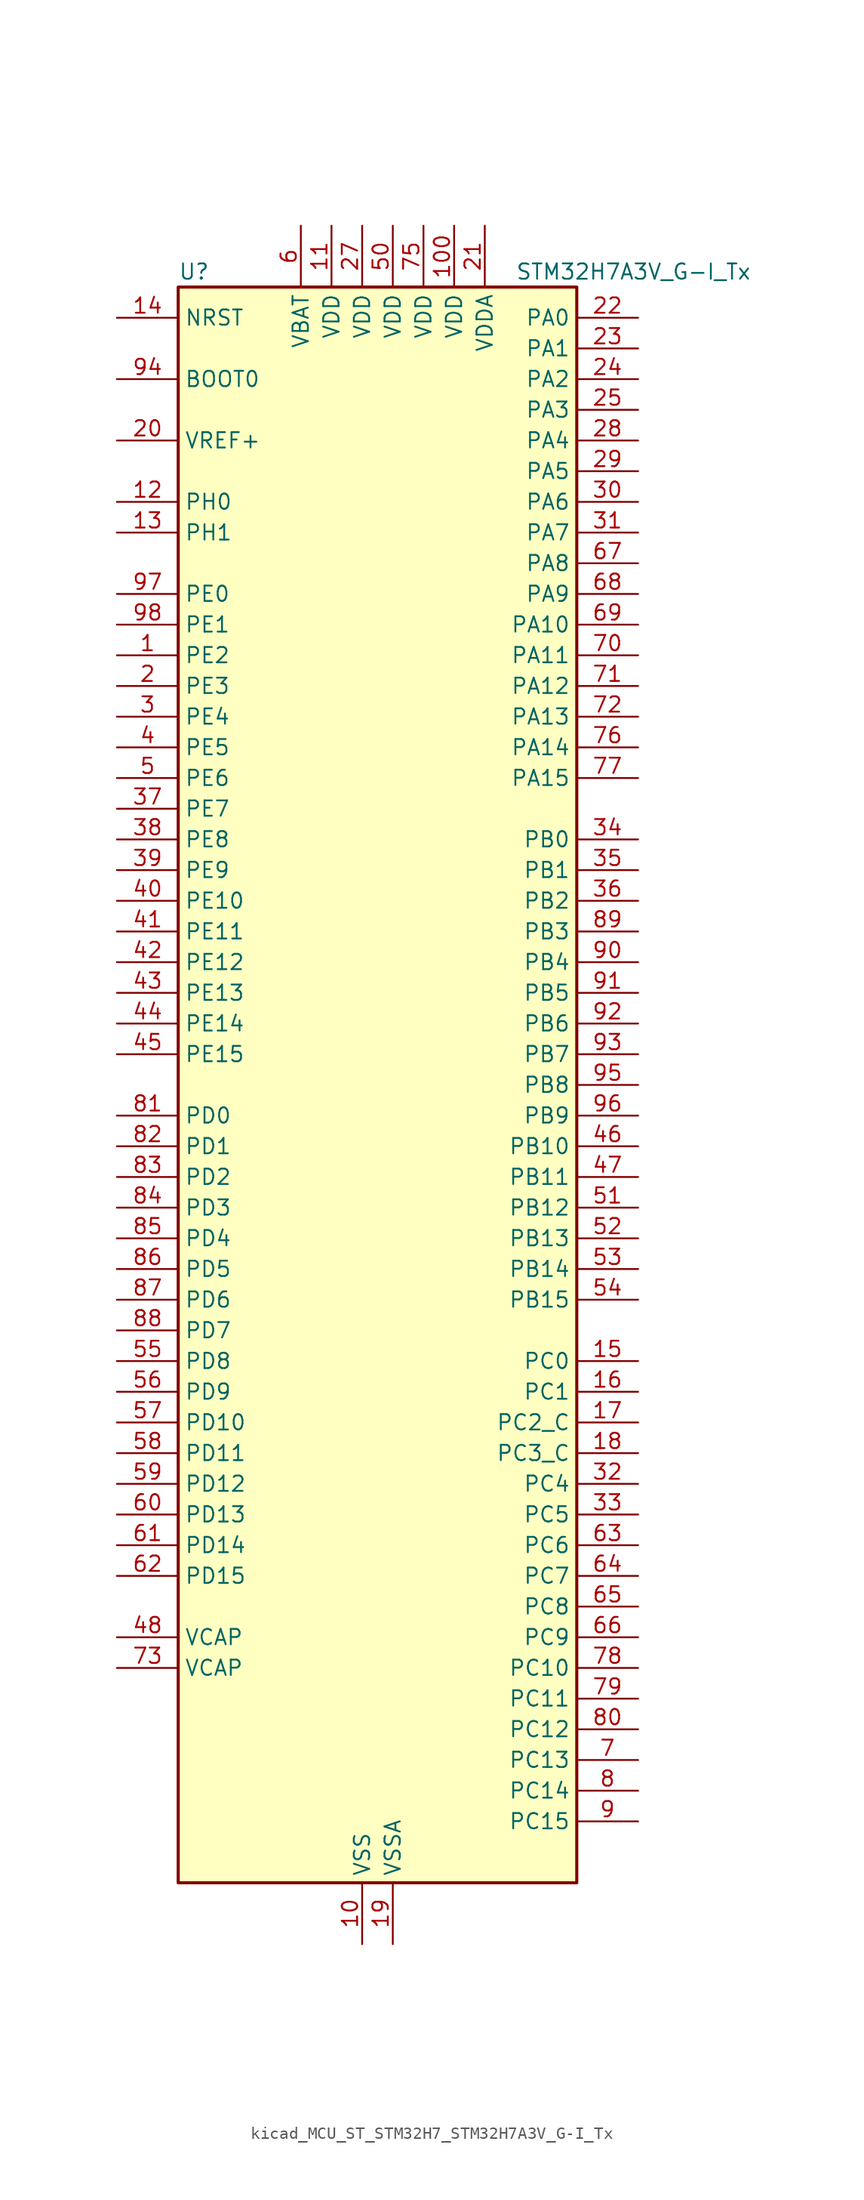
<source format=kicad_sym>
(kicad_symbol_lib
  (version 20220914)
  (generator kicad_symbol_editor)
  (symbol "kicad_MCU_ST_STM32H7_STM32H7A3V_G-I_Tx"
    (property "Reference" "U"
      (at -15.24 67.31 0)
      (effects (font (size 1.27 1.27)) (justify left)))
    (property "Value" "STM32H7A3V_G-I_Tx"
      (at 12.7 67.31 0)
      (effects (font (size 1.27 1.27)) (justify left)))
    (property "ki_locked" ""
      (at 0 0 0)
      (effects (font (size 1.27 1.27))))
    (symbol "kicad_MCU_ST_STM32H7_STM32H7A3V_G-I_Tx_0_1"
      (rectangle (start -15.24 -66.04) (end 17.78 66.04) (stroke (width 0.254) (type default)) (fill (type background))))
    (symbol "kicad_MCU_ST_STM32H7_STM32H7A3V_G-I_Tx_1_1"
      (pin bidirectional line (at -20.32 35.56 0) (length 5.08) (name "PE2" (effects (font (size 1.27 1.27)))) (number "1" (effects (font (size 1.27 1.27)))) (alternate "DEBUG_TRACECLK" bidirectional line) (alternate "FMC_A23" bidirectional line) (alternate "OCTOSPIM_P1_IO2" bidirectional line) (alternate "SAI1_CK1" bidirectional line) (alternate "SAI1_MCLK_A" bidirectional line) (alternate "SPI4_SCK" bidirectional line) (alternate "USART10_RX" bidirectional line))
      (pin power_in line (at 0 -71.12 90) (length 5.08) (name "VSS" (effects (font (size 1.27 1.27)))) (number "10" (effects (font (size 1.27 1.27)))))
      (pin power_in line (at 7.62 71.12 270) (length 5.08) (name "VDD" (effects (font (size 1.27 1.27)))) (number "100" (effects (font (size 1.27 1.27)))))
      (pin power_in line (at -2.54 71.12 270) (length 5.08) (name "VDD" (effects (font (size 1.27 1.27)))) (number "11" (effects (font (size 1.27 1.27)))))
      (pin bidirectional line (at -20.32 48.26 0) (length 5.08) (name "PH0" (effects (font (size 1.27 1.27)))) (number "12" (effects (font (size 1.27 1.27)))) (alternate "RCC_OSC_IN" bidirectional line))
      (pin bidirectional line (at -20.32 45.72 0) (length 5.08) (name "PH1" (effects (font (size 1.27 1.27)))) (number "13" (effects (font (size 1.27 1.27)))) (alternate "RCC_OSC_OUT" bidirectional line))
      (pin input line (at -20.32 63.5 0) (length 5.08) (name "NRST" (effects (font (size 1.27 1.27)))) (number "14" (effects (font (size 1.27 1.27)))))
      (pin bidirectional line (at 22.86 -22.86 180) (length 5.08) (name "PC0" (effects (font (size 1.27 1.27)))) (number "15" (effects (font (size 1.27 1.27)))) (alternate "ADC1_INP10" bidirectional line) (alternate "ADC2_INP10" bidirectional line) (alternate "DFSDM1_CKIN0" bidirectional line) (alternate "DFSDM1_DATIN4" bidirectional line) (alternate "FMC_A25" bidirectional line) (alternate "FMC_SDNWE" bidirectional line) (alternate "LTDC_G2" bidirectional line) (alternate "LTDC_R5" bidirectional line) (alternate "SAI2_FS_B" bidirectional line) (alternate "USB_OTG_HS_ULPI_STP" bidirectional line))
      (pin bidirectional line (at 22.86 -25.4 180) (length 5.08) (name "PC1" (effects (font (size 1.27 1.27)))) (number "16" (effects (font (size 1.27 1.27)))) (alternate "ADC1_INN10" bidirectional line) (alternate "ADC1_INP11" bidirectional line) (alternate "ADC2_INN10" bidirectional line) (alternate "ADC2_INP11" bidirectional line) (alternate "DEBUG_TRACED0" bidirectional line) (alternate "DFSDM1_CKIN4" bidirectional line) (alternate "DFSDM1_DATIN0" bidirectional line) (alternate "I2S2_SDO" bidirectional line) (alternate "LTDC_G5" bidirectional line) (alternate "MDIOS_MDC" bidirectional line) (alternate "OCTOSPIM_P1_IO4" bidirectional line) (alternate "PWR_WKUP6" bidirectional line) (alternate "RTC_TAMP3" bidirectional line) (alternate "SAI1_D1" bidirectional line) (alternate "SAI1_SD_A" bidirectional line) (alternate "SDMMC2_CK" bidirectional line) (alternate "SPI2_MOSI" bidirectional line))
      (pin bidirectional line (at 22.86 -27.94 180) (length 5.08) (name "PC2_C" (effects (font (size 1.27 1.27)))) (number "17" (effects (font (size 1.27 1.27)))) (alternate "ADC2_INN1" bidirectional line) (alternate "ADC2_INP0" bidirectional line) (alternate "DFSDM1_CKIN1" bidirectional line) (alternate "DFSDM1_CKOUT" bidirectional line) (alternate "FMC_SDNE0" bidirectional line) (alternate "I2S2_SDI" bidirectional line) (alternate "OCTOSPIM_P1_IO2" bidirectional line) (alternate "OCTOSPIM_P1_IO5" bidirectional line) (alternate "PWR_CSTOP" bidirectional line) (alternate "SPI2_MISO" bidirectional line) (alternate "USB_OTG_HS_ULPI_DIR" bidirectional line))
      (pin bidirectional line (at 22.86 -30.48 180) (length 5.08) (name "PC3_C" (effects (font (size 1.27 1.27)))) (number "18" (effects (font (size 1.27 1.27)))) (alternate "ADC2_INP1" bidirectional line) (alternate "DFSDM1_DATIN1" bidirectional line) (alternate "FMC_SDCKE0" bidirectional line) (alternate "I2S2_SDO" bidirectional line) (alternate "OCTOSPIM_P1_IO0" bidirectional line) (alternate "OCTOSPIM_P1_IO6" bidirectional line) (alternate "PWR_CSLEEP" bidirectional line) (alternate "SPI2_MOSI" bidirectional line) (alternate "USB_OTG_HS_ULPI_NXT" bidirectional line))
      (pin power_in line (at 2.54 -71.12 90) (length 5.08) (name "VSSA" (effects (font (size 1.27 1.27)))) (number "19" (effects (font (size 1.27 1.27)))))
      (pin bidirectional line (at -20.32 33.02 0) (length 5.08) (name "PE3" (effects (font (size 1.27 1.27)))) (number "2" (effects (font (size 1.27 1.27)))) (alternate "DEBUG_TRACED0" bidirectional line) (alternate "FMC_A19" bidirectional line) (alternate "SAI1_SD_B" bidirectional line) (alternate "TIM15_BKIN" bidirectional line) (alternate "USART10_TX" bidirectional line))
      (pin input line (at -20.32 53.34 0) (length 5.08) (name "VREF+" (effects (font (size 1.27 1.27)))) (number "20" (effects (font (size 1.27 1.27)))) (alternate "VREFBUF_OUT" bidirectional line))
      (pin power_in line (at 10.16 71.12 270) (length 5.08) (name "VDDA" (effects (font (size 1.27 1.27)))) (number "21" (effects (font (size 1.27 1.27)))))
      (pin bidirectional line (at 22.86 63.5 180) (length 5.08) (name "PA0" (effects (font (size 1.27 1.27)))) (number "22" (effects (font (size 1.27 1.27)))) (alternate "ADC1_INP16" bidirectional line) (alternate "I2S6_WS" bidirectional line) (alternate "PWR_WKUP1" bidirectional line) (alternate "SAI2_SD_B" bidirectional line) (alternate "SDMMC2_CMD" bidirectional line) (alternate "SPI6_NSS" bidirectional line) (alternate "TIM15_BKIN" bidirectional line) (alternate "TIM2_CH1" bidirectional line) (alternate "TIM2_ETR" bidirectional line) (alternate "TIM5_CH1" bidirectional line) (alternate "TIM8_ETR" bidirectional line) (alternate "UART4_TX" bidirectional line) (alternate "USART2_CTS" bidirectional line) (alternate "USART2_NSS" bidirectional line))
      (pin bidirectional line (at 22.86 60.96 180) (length 5.08) (name "PA1" (effects (font (size 1.27 1.27)))) (number "23" (effects (font (size 1.27 1.27)))) (alternate "ADC1_INN16" bidirectional line) (alternate "ADC1_INP17" bidirectional line) (alternate "LPTIM3_OUT" bidirectional line) (alternate "LTDC_R2" bidirectional line) (alternate "OCTOSPIM_P1_DQS" bidirectional line) (alternate "OCTOSPIM_P1_IO3" bidirectional line) (alternate "SAI2_MCLK_B" bidirectional line) (alternate "TIM15_CH1N" bidirectional line) (alternate "TIM2_CH2" bidirectional line) (alternate "TIM5_CH2" bidirectional line) (alternate "UART4_RX" bidirectional line) (alternate "USART2_DE" bidirectional line) (alternate "USART2_RTS" bidirectional line))
      (pin bidirectional line (at 22.86 58.42 180) (length 5.08) (name "PA2" (effects (font (size 1.27 1.27)))) (number "24" (effects (font (size 1.27 1.27)))) (alternate "ADC1_INP14" bidirectional line) (alternate "DFSDM2_CKIN1" bidirectional line) (alternate "LTDC_R1" bidirectional line) (alternate "MDIOS_MDIO" bidirectional line) (alternate "PWR_WKUP2" bidirectional line) (alternate "SAI2_SCK_B" bidirectional line) (alternate "TIM15_CH1" bidirectional line) (alternate "TIM2_CH3" bidirectional line) (alternate "TIM5_CH3" bidirectional line) (alternate "USART2_TX" bidirectional line))
      (pin bidirectional line (at 22.86 55.88 180) (length 5.08) (name "PA3" (effects (font (size 1.27 1.27)))) (number "25" (effects (font (size 1.27 1.27)))) (alternate "ADC1_INP15" bidirectional line) (alternate "I2S6_MCK" bidirectional line) (alternate "LTDC_B2" bidirectional line) (alternate "LTDC_B5" bidirectional line) (alternate "OCTOSPIM_P1_CLK" bidirectional line) (alternate "TIM15_CH2" bidirectional line) (alternate "TIM2_CH4" bidirectional line) (alternate "TIM5_CH4" bidirectional line) (alternate "USART2_RX" bidirectional line) (alternate "USB_OTG_HS_ULPI_D0" bidirectional line))
      (pin passive line (at 0 -71.12 90) (length 5.08) hide (name "VSS" (effects (font (size 1.27 1.27)))) (number "26" (effects (font (size 1.27 1.27)))))
      (pin power_in line (at 0 71.12 270) (length 5.08) (name "VDD" (effects (font (size 1.27 1.27)))) (number "27" (effects (font (size 1.27 1.27)))))
      (pin bidirectional line (at 22.86 53.34 180) (length 5.08) (name "PA4" (effects (font (size 1.27 1.27)))) (number "28" (effects (font (size 1.27 1.27)))) (alternate "ADC1_INP18" bidirectional line) (alternate "DAC1_OUT1" bidirectional line) (alternate "DCMI_HSYNC" bidirectional line) (alternate "I2S1_WS" bidirectional line) (alternate "I2S3_WS" bidirectional line) (alternate "I2S6_WS" bidirectional line) (alternate "LTDC_VSYNC" bidirectional line) (alternate "PSSI_DE" bidirectional line) (alternate "SPI1_NSS" bidirectional line) (alternate "SPI3_NSS" bidirectional line) (alternate "SPI6_NSS" bidirectional line) (alternate "TIM5_ETR" bidirectional line) (alternate "USART2_CK" bidirectional line))
      (pin bidirectional line (at 22.86 50.8 180) (length 5.08) (name "PA5" (effects (font (size 1.27 1.27)))) (number "29" (effects (font (size 1.27 1.27)))) (alternate "ADC1_INN18" bidirectional line) (alternate "ADC1_INP19" bidirectional line) (alternate "DAC1_OUT2" bidirectional line) (alternate "I2S1_CK" bidirectional line) (alternate "I2S6_CK" bidirectional line) (alternate "LTDC_R4" bidirectional line) (alternate "PSSI_D14" bidirectional line) (alternate "PWR_NDSTOP2" bidirectional line) (alternate "SPI1_SCK" bidirectional line) (alternate "SPI6_SCK" bidirectional line) (alternate "TIM2_CH1" bidirectional line) (alternate "TIM2_ETR" bidirectional line) (alternate "TIM8_CH1N" bidirectional line) (alternate "USB_OTG_HS_ULPI_CK" bidirectional line))
      (pin bidirectional line (at -20.32 30.48 0) (length 5.08) (name "PE4" (effects (font (size 1.27 1.27)))) (number "3" (effects (font (size 1.27 1.27)))) (alternate "DCMI_D4" bidirectional line) (alternate "DEBUG_TRACED1" bidirectional line) (alternate "DFSDM1_DATIN3" bidirectional line) (alternate "FMC_A20" bidirectional line) (alternate "LTDC_B0" bidirectional line) (alternate "PSSI_D4" bidirectional line) (alternate "SAI1_D2" bidirectional line) (alternate "SAI1_FS_A" bidirectional line) (alternate "SPI4_NSS" bidirectional line) (alternate "TIM15_CH1N" bidirectional line))
      (pin bidirectional line (at 22.86 48.26 180) (length 5.08) (name "PA6" (effects (font (size 1.27 1.27)))) (number "30" (effects (font (size 1.27 1.27)))) (alternate "ADC1_INP3" bidirectional line) (alternate "ADC2_INP3" bidirectional line) (alternate "DAC2_OUT1" bidirectional line) (alternate "DCMI_PIXCLK" bidirectional line) (alternate "I2S1_SDI" bidirectional line) (alternate "I2S6_SDI" bidirectional line) (alternate "LTDC_G2" bidirectional line) (alternate "MDIOS_MDC" bidirectional line) (alternate "OCTOSPIM_P1_IO3" bidirectional line) (alternate "PSSI_PDCK" bidirectional line) (alternate "SPI1_MISO" bidirectional line) (alternate "SPI6_MISO" bidirectional line) (alternate "TIM13_CH1" bidirectional line) (alternate "TIM1_BKIN" bidirectional line) (alternate "TIM1_BKIN_COMP1" bidirectional line) (alternate "TIM1_BKIN_COMP2" bidirectional line) (alternate "TIM3_CH1" bidirectional line) (alternate "TIM8_BKIN" bidirectional line) (alternate "TIM8_BKIN_COMP1" bidirectional line) (alternate "TIM8_BKIN_COMP2" bidirectional line))
      (pin bidirectional line (at 22.86 45.72 180) (length 5.08) (name "PA7" (effects (font (size 1.27 1.27)))) (number "31" (effects (font (size 1.27 1.27)))) (alternate "ADC1_INN3" bidirectional line) (alternate "ADC1_INP7" bidirectional line) (alternate "ADC2_INN3" bidirectional line) (alternate "ADC2_INP7" bidirectional line) (alternate "DFSDM2_DATIN1" bidirectional line) (alternate "FMC_SDNWE" bidirectional line) (alternate "I2S1_SDO" bidirectional line) (alternate "I2S6_SDO" bidirectional line) (alternate "LTDC_VSYNC" bidirectional line) (alternate "OCTOSPIM_P1_IO2" bidirectional line) (alternate "OPAMP1_VINM" bidirectional line) (alternate "SPI1_MOSI" bidirectional line) (alternate "SPI6_MOSI" bidirectional line) (alternate "TIM14_CH1" bidirectional line) (alternate "TIM1_CH1N" bidirectional line) (alternate "TIM3_CH2" bidirectional line) (alternate "TIM8_CH1N" bidirectional line))
      (pin bidirectional line (at 22.86 -33.02 180) (length 5.08) (name "PC4" (effects (font (size 1.27 1.27)))) (number "32" (effects (font (size 1.27 1.27)))) (alternate "ADC1_INP4" bidirectional line) (alternate "ADC2_INP4" bidirectional line) (alternate "COMP1_INM" bidirectional line) (alternate "DFSDM1_CKIN2" bidirectional line) (alternate "FMC_SDNE0" bidirectional line) (alternate "I2S1_MCK" bidirectional line) (alternate "LTDC_R7" bidirectional line) (alternate "OPAMP1_VOUT" bidirectional line) (alternate "SPDIFRX_IN2" bidirectional line))
      (pin bidirectional line (at 22.86 -35.56 180) (length 5.08) (name "PC5" (effects (font (size 1.27 1.27)))) (number "33" (effects (font (size 1.27 1.27)))) (alternate "ADC1_INN4" bidirectional line) (alternate "ADC1_INP8" bidirectional line) (alternate "ADC2_INN4" bidirectional line) (alternate "ADC2_INP8" bidirectional line) (alternate "COMP1_OUT" bidirectional line) (alternate "DFSDM1_DATIN2" bidirectional line) (alternate "FMC_SDCKE0" bidirectional line) (alternate "LTDC_DE" bidirectional line) (alternate "OCTOSPIM_P1_DQS" bidirectional line) (alternate "OPAMP1_VINM" bidirectional line) (alternate "PSSI_D15" bidirectional line) (alternate "SAI1_D3" bidirectional line) (alternate "SPDIFRX_IN3" bidirectional line))
      (pin bidirectional line (at 22.86 20.32 180) (length 5.08) (name "PB0" (effects (font (size 1.27 1.27)))) (number "34" (effects (font (size 1.27 1.27)))) (alternate "ADC1_INN5" bidirectional line) (alternate "ADC1_INP9" bidirectional line) (alternate "ADC2_INN5" bidirectional line) (alternate "ADC2_INP9" bidirectional line) (alternate "COMP1_INP" bidirectional line) (alternate "DFSDM1_CKOUT" bidirectional line) (alternate "DFSDM2_CKOUT" bidirectional line) (alternate "LTDC_G1" bidirectional line) (alternate "LTDC_R3" bidirectional line) (alternate "OCTOSPIM_P1_IO1" bidirectional line) (alternate "OPAMP1_VINP" bidirectional line) (alternate "TIM1_CH2N" bidirectional line) (alternate "TIM3_CH3" bidirectional line) (alternate "TIM8_CH2N" bidirectional line) (alternate "UART4_CTS" bidirectional line) (alternate "USB_OTG_HS_ULPI_D1" bidirectional line))
      (pin bidirectional line (at 22.86 17.78 180) (length 5.08) (name "PB1" (effects (font (size 1.27 1.27)))) (number "35" (effects (font (size 1.27 1.27)))) (alternate "ADC1_INP5" bidirectional line) (alternate "ADC2_INP5" bidirectional line) (alternate "COMP1_INM" bidirectional line) (alternate "DFSDM1_DATIN1" bidirectional line) (alternate "LTDC_G0" bidirectional line) (alternate "LTDC_R6" bidirectional line) (alternate "OCTOSPIM_P1_IO0" bidirectional line) (alternate "TIM1_CH3N" bidirectional line) (alternate "TIM3_CH4" bidirectional line) (alternate "TIM8_CH3N" bidirectional line) (alternate "USB_OTG_HS_ULPI_D2" bidirectional line))
      (pin bidirectional line (at 22.86 15.24 180) (length 5.08) (name "PB2" (effects (font (size 1.27 1.27)))) (number "36" (effects (font (size 1.27 1.27)))) (alternate "COMP1_INP" bidirectional line) (alternate "DFSDM1_CKIN1" bidirectional line) (alternate "I2S3_SDO" bidirectional line) (alternate "OCTOSPIM_P1_CLK" bidirectional line) (alternate "OCTOSPIM_P1_DQS" bidirectional line) (alternate "RTC_OUT_ALARM" bidirectional line) (alternate "RTC_OUT_CALIB" bidirectional line) (alternate "SAI1_D1" bidirectional line) (alternate "SAI1_SD_A" bidirectional line) (alternate "SPI3_MOSI" bidirectional line))
      (pin bidirectional line (at -20.32 22.86 0) (length 5.08) (name "PE7" (effects (font (size 1.27 1.27)))) (number "37" (effects (font (size 1.27 1.27)))) (alternate "COMP2_INM" bidirectional line) (alternate "DFSDM1_DATIN2" bidirectional line) (alternate "FMC_D4" bidirectional line) (alternate "FMC_DA4" bidirectional line) (alternate "OCTOSPIM_P1_IO4" bidirectional line) (alternate "OPAMP2_VOUT" bidirectional line) (alternate "TIM1_ETR" bidirectional line) (alternate "UART7_RX" bidirectional line))
      (pin bidirectional line (at -20.32 20.32 0) (length 5.08) (name "PE8" (effects (font (size 1.27 1.27)))) (number "38" (effects (font (size 1.27 1.27)))) (alternate "COMP2_OUT" bidirectional line) (alternate "DFSDM1_CKIN2" bidirectional line) (alternate "FMC_D5" bidirectional line) (alternate "FMC_DA5" bidirectional line) (alternate "OCTOSPIM_P1_IO5" bidirectional line) (alternate "OPAMP2_VINM" bidirectional line) (alternate "TIM1_CH1N" bidirectional line) (alternate "UART7_TX" bidirectional line))
      (pin bidirectional line (at -20.32 17.78 0) (length 5.08) (name "PE9" (effects (font (size 1.27 1.27)))) (number "39" (effects (font (size 1.27 1.27)))) (alternate "COMP2_INP" bidirectional line) (alternate "DAC1_EXTI9" bidirectional line) (alternate "DFSDM1_CKOUT" bidirectional line) (alternate "FMC_D6" bidirectional line) (alternate "FMC_DA6" bidirectional line) (alternate "OCTOSPIM_P1_IO6" bidirectional line) (alternate "OPAMP2_VINP" bidirectional line) (alternate "TIM1_CH1" bidirectional line) (alternate "UART7_DE" bidirectional line) (alternate "UART7_RTS" bidirectional line))
      (pin bidirectional line (at -20.32 27.94 0) (length 5.08) (name "PE5" (effects (font (size 1.27 1.27)))) (number "4" (effects (font (size 1.27 1.27)))) (alternate "DCMI_D6" bidirectional line) (alternate "DEBUG_TRACED2" bidirectional line) (alternate "DFSDM1_CKIN3" bidirectional line) (alternate "FMC_A21" bidirectional line) (alternate "LTDC_G0" bidirectional line) (alternate "PSSI_D6" bidirectional line) (alternate "SAI1_CK2" bidirectional line) (alternate "SAI1_SCK_A" bidirectional line) (alternate "SPI4_MISO" bidirectional line) (alternate "TIM15_CH1" bidirectional line))
      (pin bidirectional line (at -20.32 15.24 0) (length 5.08) (name "PE10" (effects (font (size 1.27 1.27)))) (number "40" (effects (font (size 1.27 1.27)))) (alternate "COMP2_INM" bidirectional line) (alternate "DFSDM1_DATIN4" bidirectional line) (alternate "FMC_D7" bidirectional line) (alternate "FMC_DA7" bidirectional line) (alternate "OCTOSPIM_P1_IO7" bidirectional line) (alternate "TIM1_CH2N" bidirectional line) (alternate "UART7_CTS" bidirectional line))
      (pin bidirectional line (at -20.32 12.7 0) (length 5.08) (name "PE11" (effects (font (size 1.27 1.27)))) (number "41" (effects (font (size 1.27 1.27)))) (alternate "ADC1_EXTI11" bidirectional line) (alternate "ADC2_EXTI11" bidirectional line) (alternate "COMP2_INP" bidirectional line) (alternate "DFSDM1_CKIN4" bidirectional line) (alternate "FMC_D8" bidirectional line) (alternate "FMC_DA8" bidirectional line) (alternate "LTDC_G3" bidirectional line) (alternate "OCTOSPIM_P1_NCS" bidirectional line) (alternate "SAI2_SD_B" bidirectional line) (alternate "SPI4_NSS" bidirectional line) (alternate "TIM1_CH2" bidirectional line))
      (pin bidirectional line (at -20.32 10.16 0) (length 5.08) (name "PE12" (effects (font (size 1.27 1.27)))) (number "42" (effects (font (size 1.27 1.27)))) (alternate "COMP1_OUT" bidirectional line) (alternate "DFSDM1_DATIN5" bidirectional line) (alternate "FMC_D9" bidirectional line) (alternate "FMC_DA9" bidirectional line) (alternate "LTDC_B4" bidirectional line) (alternate "SAI2_SCK_B" bidirectional line) (alternate "SPI4_SCK" bidirectional line) (alternate "TIM1_CH3N" bidirectional line))
      (pin bidirectional line (at -20.32 7.62 0) (length 5.08) (name "PE13" (effects (font (size 1.27 1.27)))) (number "43" (effects (font (size 1.27 1.27)))) (alternate "COMP2_OUT" bidirectional line) (alternate "DFSDM1_CKIN5" bidirectional line) (alternate "FMC_D10" bidirectional line) (alternate "FMC_DA10" bidirectional line) (alternate "LTDC_DE" bidirectional line) (alternate "SAI2_FS_B" bidirectional line) (alternate "SPI4_MISO" bidirectional line) (alternate "TIM1_CH3" bidirectional line))
      (pin bidirectional line (at -20.32 5.08 0) (length 5.08) (name "PE14" (effects (font (size 1.27 1.27)))) (number "44" (effects (font (size 1.27 1.27)))) (alternate "FMC_D11" bidirectional line) (alternate "FMC_DA11" bidirectional line) (alternate "LTDC_CLK" bidirectional line) (alternate "SAI2_MCLK_B" bidirectional line) (alternate "SPI4_MOSI" bidirectional line) (alternate "TIM1_CH4" bidirectional line))
      (pin bidirectional line (at -20.32 2.54 0) (length 5.08) (name "PE15" (effects (font (size 1.27 1.27)))) (number "45" (effects (font (size 1.27 1.27)))) (alternate "ADC1_EXTI15" bidirectional line) (alternate "ADC2_EXTI15" bidirectional line) (alternate "FMC_D12" bidirectional line) (alternate "FMC_DA12" bidirectional line) (alternate "LTDC_R7" bidirectional line) (alternate "TIM1_BKIN" bidirectional line) (alternate "TIM1_BKIN_COMP1" bidirectional line) (alternate "TIM1_BKIN_COMP2" bidirectional line) (alternate "USART10_CK" bidirectional line))
      (pin bidirectional line (at 22.86 -5.08 180) (length 5.08) (name "PB10" (effects (font (size 1.27 1.27)))) (number "46" (effects (font (size 1.27 1.27)))) (alternate "DFSDM1_DATIN7" bidirectional line) (alternate "I2C2_SCL" bidirectional line) (alternate "I2S2_CK" bidirectional line) (alternate "LPTIM2_IN1" bidirectional line) (alternate "LTDC_G4" bidirectional line) (alternate "OCTOSPIM_P1_NCS" bidirectional line) (alternate "SPI2_SCK" bidirectional line) (alternate "TIM2_CH3" bidirectional line) (alternate "USART3_TX" bidirectional line) (alternate "USB_OTG_HS_ULPI_D3" bidirectional line))
      (pin bidirectional line (at 22.86 -7.62 180) (length 5.08) (name "PB11" (effects (font (size 1.27 1.27)))) (number "47" (effects (font (size 1.27 1.27)))) (alternate "ADC1_EXTI11" bidirectional line) (alternate "ADC2_EXTI11" bidirectional line) (alternate "DFSDM1_CKIN7" bidirectional line) (alternate "I2C2_SDA" bidirectional line) (alternate "LPTIM2_ETR" bidirectional line) (alternate "LTDC_G5" bidirectional line) (alternate "TIM2_CH4" bidirectional line) (alternate "USART3_RX" bidirectional line) (alternate "USB_OTG_HS_ULPI_D4" bidirectional line))
      (pin power_out line (at -20.32 -45.72 0) (length 5.08) (name "VCAP" (effects (font (size 1.27 1.27)))) (number "48" (effects (font (size 1.27 1.27)))))
      (pin passive line (at 0 -71.12 90) (length 5.08) hide (name "VSS" (effects (font (size 1.27 1.27)))) (number "49" (effects (font (size 1.27 1.27)))))
      (pin bidirectional line (at -20.32 25.4 0) (length 5.08) (name "PE6" (effects (font (size 1.27 1.27)))) (number "5" (effects (font (size 1.27 1.27)))) (alternate "DCMI_D7" bidirectional line) (alternate "DEBUG_TRACED3" bidirectional line) (alternate "FMC_A22" bidirectional line) (alternate "LTDC_G1" bidirectional line) (alternate "PSSI_D7" bidirectional line) (alternate "SAI1_D1" bidirectional line) (alternate "SAI1_SD_A" bidirectional line) (alternate "SAI2_MCLK_B" bidirectional line) (alternate "SPI4_MOSI" bidirectional line) (alternate "TIM15_CH2" bidirectional line) (alternate "TIM1_BKIN2" bidirectional line) (alternate "TIM1_BKIN2_COMP1" bidirectional line) (alternate "TIM1_BKIN2_COMP2" bidirectional line))
      (pin power_in line (at 2.54 71.12 270) (length 5.08) (name "VDD" (effects (font (size 1.27 1.27)))) (number "50" (effects (font (size 1.27 1.27)))))
      (pin bidirectional line (at 22.86 -10.16 180) (length 5.08) (name "PB12" (effects (font (size 1.27 1.27)))) (number "51" (effects (font (size 1.27 1.27)))) (alternate "DFSDM1_DATIN1" bidirectional line) (alternate "DFSDM2_DATIN1" bidirectional line) (alternate "FDCAN2_RX" bidirectional line) (alternate "I2C2_SMBA" bidirectional line) (alternate "I2S2_WS" bidirectional line) (alternate "OCTOSPIM_P1_NCLK" bidirectional line) (alternate "SPI2_NSS" bidirectional line) (alternate "TIM1_BKIN" bidirectional line) (alternate "TIM1_BKIN_COMP1" bidirectional line) (alternate "TIM1_BKIN_COMP2" bidirectional line) (alternate "UART5_RX" bidirectional line) (alternate "USART3_CK" bidirectional line) (alternate "USB_OTG_HS_ULPI_D5" bidirectional line))
      (pin bidirectional line (at 22.86 -12.7 180) (length 5.08) (name "PB13" (effects (font (size 1.27 1.27)))) (number "52" (effects (font (size 1.27 1.27)))) (alternate "DCMI_D2" bidirectional line) (alternate "DFSDM1_CKIN1" bidirectional line) (alternate "DFSDM2_CKIN1" bidirectional line) (alternate "FDCAN2_TX" bidirectional line) (alternate "I2S2_CK" bidirectional line) (alternate "LPTIM2_OUT" bidirectional line) (alternate "PSSI_D2" bidirectional line) (alternate "SDMMC1_D0" bidirectional line) (alternate "SPI2_SCK" bidirectional line) (alternate "TIM1_CH1N" bidirectional line) (alternate "UART5_TX" bidirectional line) (alternate "USART3_CTS" bidirectional line) (alternate "USART3_NSS" bidirectional line) (alternate "USB_OTG_HS_ULPI_D6" bidirectional line))
      (pin bidirectional line (at 22.86 -15.24 180) (length 5.08) (name "PB14" (effects (font (size 1.27 1.27)))) (number "53" (effects (font (size 1.27 1.27)))) (alternate "DFSDM1_DATIN2" bidirectional line) (alternate "I2S2_SDI" bidirectional line) (alternate "LTDC_CLK" bidirectional line) (alternate "SDMMC2_D0" bidirectional line) (alternate "SPI2_MISO" bidirectional line) (alternate "TIM12_CH1" bidirectional line) (alternate "TIM1_CH2N" bidirectional line) (alternate "TIM8_CH2N" bidirectional line) (alternate "UART4_DE" bidirectional line) (alternate "UART4_RTS" bidirectional line) (alternate "USART1_TX" bidirectional line) (alternate "USART3_DE" bidirectional line) (alternate "USART3_RTS" bidirectional line))
      (pin bidirectional line (at 22.86 -17.78 180) (length 5.08) (name "PB15" (effects (font (size 1.27 1.27)))) (number "54" (effects (font (size 1.27 1.27)))) (alternate "ADC1_EXTI15" bidirectional line) (alternate "ADC2_EXTI15" bidirectional line) (alternate "DFSDM1_CKIN2" bidirectional line) (alternate "I2S2_SDO" bidirectional line) (alternate "LTDC_G7" bidirectional line) (alternate "RTC_REFIN" bidirectional line) (alternate "SDMMC2_D1" bidirectional line) (alternate "SPI2_MOSI" bidirectional line) (alternate "TIM12_CH2" bidirectional line) (alternate "TIM1_CH3N" bidirectional line) (alternate "TIM8_CH3N" bidirectional line) (alternate "UART4_CTS" bidirectional line) (alternate "USART1_RX" bidirectional line))
      (pin bidirectional line (at -20.32 -22.86 0) (length 5.08) (name "PD8" (effects (font (size 1.27 1.27)))) (number "55" (effects (font (size 1.27 1.27)))) (alternate "DFSDM1_CKIN3" bidirectional line) (alternate "FMC_D13" bidirectional line) (alternate "FMC_DA13" bidirectional line) (alternate "SPDIFRX_IN1" bidirectional line) (alternate "USART3_TX" bidirectional line))
      (pin bidirectional line (at -20.32 -25.4 0) (length 5.08) (name "PD9" (effects (font (size 1.27 1.27)))) (number "56" (effects (font (size 1.27 1.27)))) (alternate "DAC1_EXTI9" bidirectional line) (alternate "DFSDM1_DATIN3" bidirectional line) (alternate "FMC_D14" bidirectional line) (alternate "FMC_DA14" bidirectional line) (alternate "USART3_RX" bidirectional line))
      (pin bidirectional line (at -20.32 -27.94 0) (length 5.08) (name "PD10" (effects (font (size 1.27 1.27)))) (number "57" (effects (font (size 1.27 1.27)))) (alternate "DFSDM1_CKOUT" bidirectional line) (alternate "DFSDM2_CKOUT" bidirectional line) (alternate "FMC_D15" bidirectional line) (alternate "FMC_DA15" bidirectional line) (alternate "LTDC_B3" bidirectional line) (alternate "USART3_CK" bidirectional line))
      (pin bidirectional line (at -20.32 -30.48 0) (length 5.08) (name "PD11" (effects (font (size 1.27 1.27)))) (number "58" (effects (font (size 1.27 1.27)))) (alternate "ADC1_EXTI11" bidirectional line) (alternate "ADC2_EXTI11" bidirectional line) (alternate "FMC_A16" bidirectional line) (alternate "FMC_CLE" bidirectional line) (alternate "I2C4_SMBA" bidirectional line) (alternate "LPTIM2_IN2" bidirectional line) (alternate "OCTOSPIM_P1_IO0" bidirectional line) (alternate "SAI2_SD_A" bidirectional line) (alternate "USART3_CTS" bidirectional line) (alternate "USART3_NSS" bidirectional line))
      (pin bidirectional line (at -20.32 -33.02 0) (length 5.08) (name "PD12" (effects (font (size 1.27 1.27)))) (number "59" (effects (font (size 1.27 1.27)))) (alternate "DCMI_D12" bidirectional line) (alternate "FMC_A17" bidirectional line) (alternate "FMC_ALE" bidirectional line) (alternate "I2C4_SCL" bidirectional line) (alternate "LPTIM1_IN1" bidirectional line) (alternate "LPTIM2_IN1" bidirectional line) (alternate "OCTOSPIM_P1_IO1" bidirectional line) (alternate "PSSI_D12" bidirectional line) (alternate "SAI2_FS_A" bidirectional line) (alternate "TIM4_CH1" bidirectional line) (alternate "USART3_DE" bidirectional line) (alternate "USART3_RTS" bidirectional line))
      (pin power_in line (at -5.08 71.12 270) (length 5.08) (name "VBAT" (effects (font (size 1.27 1.27)))) (number "6" (effects (font (size 1.27 1.27)))))
      (pin bidirectional line (at -20.32 -35.56 0) (length 5.08) (name "PD13" (effects (font (size 1.27 1.27)))) (number "60" (effects (font (size 1.27 1.27)))) (alternate "DCMI_D13" bidirectional line) (alternate "FMC_A18" bidirectional line) (alternate "I2C4_SDA" bidirectional line) (alternate "LPTIM1_OUT" bidirectional line) (alternate "OCTOSPIM_P1_IO3" bidirectional line) (alternate "PSSI_D13" bidirectional line) (alternate "SAI2_SCK_A" bidirectional line) (alternate "TIM4_CH2" bidirectional line) (alternate "UART9_DE" bidirectional line) (alternate "UART9_RTS" bidirectional line))
      (pin bidirectional line (at -20.32 -38.1 0) (length 5.08) (name "PD14" (effects (font (size 1.27 1.27)))) (number "61" (effects (font (size 1.27 1.27)))) (alternate "FMC_D0" bidirectional line) (alternate "FMC_DA0" bidirectional line) (alternate "TIM4_CH3" bidirectional line) (alternate "UART8_CTS" bidirectional line) (alternate "UART9_RX" bidirectional line))
      (pin bidirectional line (at -20.32 -40.64 0) (length 5.08) (name "PD15" (effects (font (size 1.27 1.27)))) (number "62" (effects (font (size 1.27 1.27)))) (alternate "ADC1_EXTI15" bidirectional line) (alternate "ADC2_EXTI15" bidirectional line) (alternate "FMC_D1" bidirectional line) (alternate "FMC_DA1" bidirectional line) (alternate "TIM4_CH4" bidirectional line) (alternate "UART8_DE" bidirectional line) (alternate "UART8_RTS" bidirectional line) (alternate "UART9_TX" bidirectional line))
      (pin bidirectional line (at 22.86 -38.1 180) (length 5.08) (name "PC6" (effects (font (size 1.27 1.27)))) (number "63" (effects (font (size 1.27 1.27)))) (alternate "DCMI_D0" bidirectional line) (alternate "DFSDM1_CKIN3" bidirectional line) (alternate "FMC_NWAIT" bidirectional line) (alternate "I2S2_MCK" bidirectional line) (alternate "LTDC_HSYNC" bidirectional line) (alternate "PSSI_D0" bidirectional line) (alternate "SDMMC1_D0DIR" bidirectional line) (alternate "SDMMC1_D6" bidirectional line) (alternate "SDMMC2_D6" bidirectional line) (alternate "SWPMI1_IO" bidirectional line) (alternate "TIM3_CH1" bidirectional line) (alternate "TIM8_CH1" bidirectional line) (alternate "USART6_TX" bidirectional line))
      (pin bidirectional line (at 22.86 -40.64 180) (length 5.08) (name "PC7" (effects (font (size 1.27 1.27)))) (number "64" (effects (font (size 1.27 1.27)))) (alternate "DCMI_D1" bidirectional line) (alternate "DEBUG_TRGIO" bidirectional line) (alternate "DFSDM1_DATIN3" bidirectional line) (alternate "FMC_NE1" bidirectional line) (alternate "I2S3_MCK" bidirectional line) (alternate "LTDC_G6" bidirectional line) (alternate "PSSI_D1" bidirectional line) (alternate "SDMMC1_D123DIR" bidirectional line) (alternate "SDMMC1_D7" bidirectional line) (alternate "SDMMC2_D7" bidirectional line) (alternate "SWPMI1_TX" bidirectional line) (alternate "TIM3_CH2" bidirectional line) (alternate "TIM8_CH2" bidirectional line) (alternate "USART6_RX" bidirectional line))
      (pin bidirectional line (at 22.86 -43.18 180) (length 5.08) (name "PC8" (effects (font (size 1.27 1.27)))) (number "65" (effects (font (size 1.27 1.27)))) (alternate "DCMI_D2" bidirectional line) (alternate "DEBUG_TRACED1" bidirectional line) (alternate "FMC_INT" bidirectional line) (alternate "FMC_NCE" bidirectional line) (alternate "FMC_NE2" bidirectional line) (alternate "PSSI_D2" bidirectional line) (alternate "SDMMC1_D0" bidirectional line) (alternate "SWPMI1_RX" bidirectional line) (alternate "TIM3_CH3" bidirectional line) (alternate "TIM8_CH3" bidirectional line) (alternate "UART5_DE" bidirectional line) (alternate "UART5_RTS" bidirectional line) (alternate "USART6_CK" bidirectional line))
      (pin bidirectional line (at 22.86 -45.72 180) (length 5.08) (name "PC9" (effects (font (size 1.27 1.27)))) (number "66" (effects (font (size 1.27 1.27)))) (alternate "DAC1_EXTI9" bidirectional line) (alternate "DCMI_D3" bidirectional line) (alternate "I2C3_SDA" bidirectional line) (alternate "I2S_CKIN" bidirectional line) (alternate "LTDC_B2" bidirectional line) (alternate "LTDC_G3" bidirectional line) (alternate "OCTOSPIM_P1_IO0" bidirectional line) (alternate "PSSI_D3" bidirectional line) (alternate "RCC_MCO_2" bidirectional line) (alternate "SDMMC1_D1" bidirectional line) (alternate "SWPMI1_SUSPEND" bidirectional line) (alternate "TIM3_CH4" bidirectional line) (alternate "TIM8_CH4" bidirectional line) (alternate "UART5_CTS" bidirectional line))
      (pin bidirectional line (at 22.86 43.18 180) (length 5.08) (name "PA8" (effects (font (size 1.27 1.27)))) (number "67" (effects (font (size 1.27 1.27)))) (alternate "I2C3_SCL" bidirectional line) (alternate "LTDC_B3" bidirectional line) (alternate "LTDC_R6" bidirectional line) (alternate "RCC_MCO_1" bidirectional line) (alternate "TIM1_CH1" bidirectional line) (alternate "TIM8_BKIN2" bidirectional line) (alternate "TIM8_BKIN2_COMP1" bidirectional line) (alternate "TIM8_BKIN2_COMP2" bidirectional line) (alternate "UART7_RX" bidirectional line) (alternate "USART1_CK" bidirectional line) (alternate "USB_OTG_HS_SOF" bidirectional line))
      (pin bidirectional line (at 22.86 40.64 180) (length 5.08) (name "PA9" (effects (font (size 1.27 1.27)))) (number "68" (effects (font (size 1.27 1.27)))) (alternate "DAC1_EXTI9" bidirectional line) (alternate "DCMI_D0" bidirectional line) (alternate "I2C3_SMBA" bidirectional line) (alternate "I2S2_CK" bidirectional line) (alternate "LPUART1_TX" bidirectional line) (alternate "LTDC_R5" bidirectional line) (alternate "PSSI_D0" bidirectional line) (alternate "SPI2_SCK" bidirectional line) (alternate "TIM1_CH2" bidirectional line) (alternate "USART1_TX" bidirectional line) (alternate "USB_OTG_HS_VBUS" bidirectional line))
      (pin bidirectional line (at 22.86 38.1 180) (length 5.08) (name "PA10" (effects (font (size 1.27 1.27)))) (number "69" (effects (font (size 1.27 1.27)))) (alternate "DCMI_D1" bidirectional line) (alternate "LPUART1_RX" bidirectional line) (alternate "LTDC_B1" bidirectional line) (alternate "LTDC_B4" bidirectional line) (alternate "MDIOS_MDIO" bidirectional line) (alternate "PSSI_D1" bidirectional line) (alternate "TIM1_CH3" bidirectional line) (alternate "USART1_RX" bidirectional line) (alternate "USB_OTG_HS_ID" bidirectional line))
      (pin bidirectional line (at 22.86 -55.88 180) (length 5.08) (name "PC13" (effects (font (size 1.27 1.27)))) (number "7" (effects (font (size 1.27 1.27)))) (alternate "PWR_WKUP4" bidirectional line) (alternate "RTC_OUT_ALARM" bidirectional line) (alternate "RTC_OUT_CALIB" bidirectional line) (alternate "RTC_TAMP1" bidirectional line) (alternate "RTC_TS" bidirectional line))
      (pin bidirectional line (at 22.86 35.56 180) (length 5.08) (name "PA11" (effects (font (size 1.27 1.27)))) (number "70" (effects (font (size 1.27 1.27)))) (alternate "ADC1_EXTI11" bidirectional line) (alternate "ADC2_EXTI11" bidirectional line) (alternate "FDCAN1_RX" bidirectional line) (alternate "I2S2_WS" bidirectional line) (alternate "LPUART1_CTS" bidirectional line) (alternate "LTDC_R4" bidirectional line) (alternate "SPI2_NSS" bidirectional line) (alternate "TIM1_CH4" bidirectional line) (alternate "UART4_RX" bidirectional line) (alternate "USART1_CTS" bidirectional line) (alternate "USART1_NSS" bidirectional line) (alternate "USB_OTG_HS_DM" bidirectional line))
      (pin bidirectional line (at 22.86 33.02 180) (length 5.08) (name "PA12" (effects (font (size 1.27 1.27)))) (number "71" (effects (font (size 1.27 1.27)))) (alternate "FDCAN1_TX" bidirectional line) (alternate "I2S2_CK" bidirectional line) (alternate "LPUART1_DE" bidirectional line) (alternate "LPUART1_RTS" bidirectional line) (alternate "LTDC_R5" bidirectional line) (alternate "SAI2_FS_B" bidirectional line) (alternate "SPI2_SCK" bidirectional line) (alternate "TIM1_ETR" bidirectional line) (alternate "UART4_TX" bidirectional line) (alternate "USART1_DE" bidirectional line) (alternate "USART1_RTS" bidirectional line) (alternate "USB_OTG_HS_DP" bidirectional line))
      (pin bidirectional line (at 22.86 30.48 180) (length 5.08) (name "PA13" (effects (font (size 1.27 1.27)))) (number "72" (effects (font (size 1.27 1.27)))) (alternate "DEBUG_JTMS-SWDIO" bidirectional line))
      (pin power_out line (at -20.32 -48.26 0) (length 5.08) (name "VCAP" (effects (font (size 1.27 1.27)))) (number "73" (effects (font (size 1.27 1.27)))))
      (pin passive line (at 0 -71.12 90) (length 5.08) hide (name "VSS" (effects (font (size 1.27 1.27)))) (number "74" (effects (font (size 1.27 1.27)))))
      (pin power_in line (at 5.08 71.12 270) (length 5.08) (name "VDD" (effects (font (size 1.27 1.27)))) (number "75" (effects (font (size 1.27 1.27)))))
      (pin bidirectional line (at 22.86 27.94 180) (length 5.08) (name "PA14" (effects (font (size 1.27 1.27)))) (number "76" (effects (font (size 1.27 1.27)))) (alternate "DEBUG_JTCK-SWCLK" bidirectional line))
      (pin bidirectional line (at 22.86 25.4 180) (length 5.08) (name "PA15" (effects (font (size 1.27 1.27)))) (number "77" (effects (font (size 1.27 1.27)))) (alternate "ADC1_EXTI15" bidirectional line) (alternate "ADC2_EXTI15" bidirectional line) (alternate "CEC" bidirectional line) (alternate "DEBUG_JTDI" bidirectional line) (alternate "I2S1_WS" bidirectional line) (alternate "I2S3_WS" bidirectional line) (alternate "I2S6_WS" bidirectional line) (alternate "LTDC_B6" bidirectional line) (alternate "LTDC_R3" bidirectional line) (alternate "SPI1_NSS" bidirectional line) (alternate "SPI3_NSS" bidirectional line) (alternate "SPI6_NSS" bidirectional line) (alternate "TIM2_CH1" bidirectional line) (alternate "TIM2_ETR" bidirectional line) (alternate "UART4_DE" bidirectional line) (alternate "UART4_RTS" bidirectional line) (alternate "UART7_TX" bidirectional line))
      (pin bidirectional line (at 22.86 -48.26 180) (length 5.08) (name "PC10" (effects (font (size 1.27 1.27)))) (number "78" (effects (font (size 1.27 1.27)))) (alternate "DCMI_D8" bidirectional line) (alternate "DFSDM1_CKIN5" bidirectional line) (alternate "DFSDM2_CKIN0" bidirectional line) (alternate "I2S3_CK" bidirectional line) (alternate "LTDC_B1" bidirectional line) (alternate "LTDC_R2" bidirectional line) (alternate "OCTOSPIM_P1_IO1" bidirectional line) (alternate "PSSI_D8" bidirectional line) (alternate "SDMMC1_D2" bidirectional line) (alternate "SPI3_SCK" bidirectional line) (alternate "SWPMI1_RX" bidirectional line) (alternate "UART4_TX" bidirectional line) (alternate "USART3_TX" bidirectional line))
      (pin bidirectional line (at 22.86 -50.8 180) (length 5.08) (name "PC11" (effects (font (size 1.27 1.27)))) (number "79" (effects (font (size 1.27 1.27)))) (alternate "ADC1_EXTI11" bidirectional line) (alternate "ADC2_EXTI11" bidirectional line) (alternate "DCMI_D4" bidirectional line) (alternate "DFSDM1_DATIN5" bidirectional line) (alternate "DFSDM2_DATIN0" bidirectional line) (alternate "I2S3_SDI" bidirectional line) (alternate "LTDC_B4" bidirectional line) (alternate "OCTOSPIM_P1_NCS" bidirectional line) (alternate "PSSI_D4" bidirectional line) (alternate "SDMMC1_D3" bidirectional line) (alternate "SPI3_MISO" bidirectional line) (alternate "UART4_RX" bidirectional line) (alternate "USART3_RX" bidirectional line))
      (pin bidirectional line (at 22.86 -58.42 180) (length 5.08) (name "PC14" (effects (font (size 1.27 1.27)))) (number "8" (effects (font (size 1.27 1.27)))) (alternate "RCC_OSC32_IN" bidirectional line))
      (pin bidirectional line (at 22.86 -53.34 180) (length 5.08) (name "PC12" (effects (font (size 1.27 1.27)))) (number "80" (effects (font (size 1.27 1.27)))) (alternate "DCMI_D9" bidirectional line) (alternate "DEBUG_TRACED3" bidirectional line) (alternate "DFSDM2_CKOUT" bidirectional line) (alternate "I2S3_SDO" bidirectional line) (alternate "I2S6_CK" bidirectional line) (alternate "LTDC_R6" bidirectional line) (alternate "PSSI_D9" bidirectional line) (alternate "SDMMC1_CK" bidirectional line) (alternate "SPI3_MOSI" bidirectional line) (alternate "SPI6_SCK" bidirectional line) (alternate "TIM15_CH1" bidirectional line) (alternate "UART5_TX" bidirectional line) (alternate "USART3_CK" bidirectional line))
      (pin bidirectional line (at -20.32 -2.54 0) (length 5.08) (name "PD0" (effects (font (size 1.27 1.27)))) (number "81" (effects (font (size 1.27 1.27)))) (alternate "DFSDM1_CKIN6" bidirectional line) (alternate "FDCAN1_RX" bidirectional line) (alternate "FMC_D2" bidirectional line) (alternate "FMC_DA2" bidirectional line) (alternate "LTDC_B1" bidirectional line) (alternate "UART4_RX" bidirectional line) (alternate "UART9_CTS" bidirectional line))
      (pin bidirectional line (at -20.32 -5.08 0) (length 5.08) (name "PD1" (effects (font (size 1.27 1.27)))) (number "82" (effects (font (size 1.27 1.27)))) (alternate "DFSDM1_DATIN6" bidirectional line) (alternate "FDCAN1_TX" bidirectional line) (alternate "FMC_D3" bidirectional line) (alternate "FMC_DA3" bidirectional line) (alternate "UART4_TX" bidirectional line))
      (pin bidirectional line (at -20.32 -7.62 0) (length 5.08) (name "PD2" (effects (font (size 1.27 1.27)))) (number "83" (effects (font (size 1.27 1.27)))) (alternate "DCMI_D11" bidirectional line) (alternate "DEBUG_TRACED2" bidirectional line) (alternate "LTDC_B2" bidirectional line) (alternate "LTDC_B7" bidirectional line) (alternate "PSSI_D11" bidirectional line) (alternate "SDMMC1_CMD" bidirectional line) (alternate "TIM15_BKIN" bidirectional line) (alternate "TIM3_ETR" bidirectional line) (alternate "UART5_RX" bidirectional line))
      (pin bidirectional line (at -20.32 -10.16 0) (length 5.08) (name "PD3" (effects (font (size 1.27 1.27)))) (number "84" (effects (font (size 1.27 1.27)))) (alternate "DCMI_D5" bidirectional line) (alternate "DFSDM1_CKOUT" bidirectional line) (alternate "FMC_CLK" bidirectional line) (alternate "I2S2_CK" bidirectional line) (alternate "LTDC_G7" bidirectional line) (alternate "PSSI_D5" bidirectional line) (alternate "SPI2_SCK" bidirectional line) (alternate "USART2_CTS" bidirectional line) (alternate "USART2_NSS" bidirectional line))
      (pin bidirectional line (at -20.32 -12.7 0) (length 5.08) (name "PD4" (effects (font (size 1.27 1.27)))) (number "85" (effects (font (size 1.27 1.27)))) (alternate "FMC_NOE" bidirectional line) (alternate "OCTOSPIM_P1_IO4" bidirectional line) (alternate "USART2_DE" bidirectional line) (alternate "USART2_RTS" bidirectional line))
      (pin bidirectional line (at -20.32 -15.24 0) (length 5.08) (name "PD5" (effects (font (size 1.27 1.27)))) (number "86" (effects (font (size 1.27 1.27)))) (alternate "FMC_NWE" bidirectional line) (alternate "OCTOSPIM_P1_IO5" bidirectional line) (alternate "USART2_TX" bidirectional line))
      (pin bidirectional line (at -20.32 -17.78 0) (length 5.08) (name "PD6" (effects (font (size 1.27 1.27)))) (number "87" (effects (font (size 1.27 1.27)))) (alternate "DCMI_D10" bidirectional line) (alternate "DFSDM1_CKIN4" bidirectional line) (alternate "DFSDM1_DATIN1" bidirectional line) (alternate "FMC_NWAIT" bidirectional line) (alternate "I2S3_SDO" bidirectional line) (alternate "LTDC_B2" bidirectional line) (alternate "OCTOSPIM_P1_IO6" bidirectional line) (alternate "PSSI_D10" bidirectional line) (alternate "SAI1_D1" bidirectional line) (alternate "SAI1_SD_A" bidirectional line) (alternate "SDMMC2_CK" bidirectional line) (alternate "SPI3_MOSI" bidirectional line) (alternate "USART2_RX" bidirectional line))
      (pin bidirectional line (at -20.32 -20.32 0) (length 5.08) (name "PD7" (effects (font (size 1.27 1.27)))) (number "88" (effects (font (size 1.27 1.27)))) (alternate "DFSDM1_CKIN1" bidirectional line) (alternate "DFSDM1_DATIN4" bidirectional line) (alternate "FMC_NE1" bidirectional line) (alternate "I2S1_SDO" bidirectional line) (alternate "OCTOSPIM_P1_IO7" bidirectional line) (alternate "SDMMC2_CMD" bidirectional line) (alternate "SPDIFRX_IN0" bidirectional line) (alternate "SPI1_MOSI" bidirectional line) (alternate "USART2_CK" bidirectional line))
      (pin bidirectional line (at 22.86 12.7 180) (length 5.08) (name "PB3" (effects (font (size 1.27 1.27)))) (number "89" (effects (font (size 1.27 1.27)))) (alternate "CRS_SYNC" bidirectional line) (alternate "DEBUG_JTDO-SWO" bidirectional line) (alternate "I2S1_CK" bidirectional line) (alternate "I2S3_CK" bidirectional line) (alternate "I2S6_CK" bidirectional line) (alternate "SDMMC2_D2" bidirectional line) (alternate "SPI1_SCK" bidirectional line) (alternate "SPI3_SCK" bidirectional line) (alternate "SPI6_SCK" bidirectional line) (alternate "TIM2_CH2" bidirectional line) (alternate "UART7_RX" bidirectional line))
      (pin bidirectional line (at 22.86 -60.96 180) (length 5.08) (name "PC15" (effects (font (size 1.27 1.27)))) (number "9" (effects (font (size 1.27 1.27)))) (alternate "ADC1_EXTI15" bidirectional line) (alternate "ADC2_EXTI15" bidirectional line) (alternate "RCC_OSC32_OUT" bidirectional line))
      (pin bidirectional line (at 22.86 10.16 180) (length 5.08) (name "PB4" (effects (font (size 1.27 1.27)))) (number "90" (effects (font (size 1.27 1.27)))) (alternate "DEBUG_JTRST" bidirectional line) (alternate "I2S1_SDI" bidirectional line) (alternate "I2S2_WS" bidirectional line) (alternate "I2S3_SDI" bidirectional line) (alternate "I2S6_SDI" bidirectional line) (alternate "SDMMC2_D3" bidirectional line) (alternate "SPI1_MISO" bidirectional line) (alternate "SPI2_NSS" bidirectional line) (alternate "SPI3_MISO" bidirectional line) (alternate "SPI6_MISO" bidirectional line) (alternate "TIM16_BKIN" bidirectional line) (alternate "TIM3_CH1" bidirectional line) (alternate "UART7_TX" bidirectional line))
      (pin bidirectional line (at 22.86 7.62 180) (length 5.08) (name "PB5" (effects (font (size 1.27 1.27)))) (number "91" (effects (font (size 1.27 1.27)))) (alternate "DCMI_D10" bidirectional line) (alternate "FDCAN2_RX" bidirectional line) (alternate "FMC_SDCKE1" bidirectional line) (alternate "I2C1_SMBA" bidirectional line) (alternate "I2C4_SMBA" bidirectional line) (alternate "I2S1_SDO" bidirectional line) (alternate "I2S3_SDO" bidirectional line) (alternate "I2S6_SDO" bidirectional line) (alternate "LTDC_B5" bidirectional line) (alternate "PSSI_D10" bidirectional line) (alternate "SPI1_MOSI" bidirectional line) (alternate "SPI3_MOSI" bidirectional line) (alternate "SPI6_MOSI" bidirectional line) (alternate "TIM17_BKIN" bidirectional line) (alternate "TIM3_CH2" bidirectional line) (alternate "UART5_RX" bidirectional line) (alternate "USB_OTG_HS_ULPI_D7" bidirectional line))
      (pin bidirectional line (at 22.86 5.08 180) (length 5.08) (name "PB6" (effects (font (size 1.27 1.27)))) (number "92" (effects (font (size 1.27 1.27)))) (alternate "CEC" bidirectional line) (alternate "DCMI_D5" bidirectional line) (alternate "DFSDM1_DATIN5" bidirectional line) (alternate "FDCAN2_TX" bidirectional line) (alternate "FMC_SDNE1" bidirectional line) (alternate "I2C1_SCL" bidirectional line) (alternate "I2C4_SCL" bidirectional line) (alternate "LPUART1_TX" bidirectional line) (alternate "OCTOSPIM_P1_NCS" bidirectional line) (alternate "PSSI_D5" bidirectional line) (alternate "TIM16_CH1N" bidirectional line) (alternate "TIM4_CH1" bidirectional line) (alternate "UART5_TX" bidirectional line) (alternate "USART1_TX" bidirectional line))
      (pin bidirectional line (at 22.86 2.54 180) (length 5.08) (name "PB7" (effects (font (size 1.27 1.27)))) (number "93" (effects (font (size 1.27 1.27)))) (alternate "DCMI_VSYNC" bidirectional line) (alternate "DFSDM1_CKIN5" bidirectional line) (alternate "FMC_NL" bidirectional line) (alternate "I2C1_SDA" bidirectional line) (alternate "I2C4_SDA" bidirectional line) (alternate "LPUART1_RX" bidirectional line) (alternate "PSSI_RDY" bidirectional line) (alternate "PWR_PVD_IN" bidirectional line) (alternate "TIM17_CH1N" bidirectional line) (alternate "TIM4_CH2" bidirectional line) (alternate "USART1_RX" bidirectional line))
      (pin input line (at -20.32 58.42 0) (length 5.08) (name "BOOT0" (effects (font (size 1.27 1.27)))) (number "94" (effects (font (size 1.27 1.27)))))
      (pin bidirectional line (at 22.86 0 180) (length 5.08) (name "PB8" (effects (font (size 1.27 1.27)))) (number "95" (effects (font (size 1.27 1.27)))) (alternate "DCMI_D6" bidirectional line) (alternate "DFSDM1_CKIN7" bidirectional line) (alternate "FDCAN1_RX" bidirectional line) (alternate "I2C1_SCL" bidirectional line) (alternate "I2C4_SCL" bidirectional line) (alternate "LTDC_B6" bidirectional line) (alternate "PSSI_D6" bidirectional line) (alternate "SDMMC1_CKIN" bidirectional line) (alternate "SDMMC1_D4" bidirectional line) (alternate "SDMMC2_D4" bidirectional line) (alternate "TIM16_CH1" bidirectional line) (alternate "TIM4_CH3" bidirectional line) (alternate "UART4_RX" bidirectional line))
      (pin bidirectional line (at 22.86 -2.54 180) (length 5.08) (name "PB9" (effects (font (size 1.27 1.27)))) (number "96" (effects (font (size 1.27 1.27)))) (alternate "DAC1_EXTI9" bidirectional line) (alternate "DCMI_D7" bidirectional line) (alternate "DFSDM1_DATIN7" bidirectional line) (alternate "FDCAN1_TX" bidirectional line) (alternate "I2C1_SDA" bidirectional line) (alternate "I2C4_SDA" bidirectional line) (alternate "I2C4_SMBA" bidirectional line) (alternate "I2S2_WS" bidirectional line) (alternate "LTDC_B7" bidirectional line) (alternate "PSSI_D7" bidirectional line) (alternate "SDMMC1_CDIR" bidirectional line) (alternate "SDMMC1_D5" bidirectional line) (alternate "SDMMC2_D5" bidirectional line) (alternate "SPI2_NSS" bidirectional line) (alternate "TIM17_CH1" bidirectional line) (alternate "TIM4_CH4" bidirectional line) (alternate "UART4_TX" bidirectional line))
      (pin bidirectional line (at -20.32 40.64 0) (length 5.08) (name "PE0" (effects (font (size 1.27 1.27)))) (number "97" (effects (font (size 1.27 1.27)))) (alternate "DCMI_D2" bidirectional line) (alternate "FMC_NBL0" bidirectional line) (alternate "LPTIM1_ETR" bidirectional line) (alternate "LPTIM2_ETR" bidirectional line) (alternate "LTDC_R0" bidirectional line) (alternate "PSSI_D2" bidirectional line) (alternate "SAI2_MCLK_A" bidirectional line) (alternate "TIM4_ETR" bidirectional line) (alternate "UART8_RX" bidirectional line))
      (pin bidirectional line (at -20.32 38.1 0) (length 5.08) (name "PE1" (effects (font (size 1.27 1.27)))) (number "98" (effects (font (size 1.27 1.27)))) (alternate "DCMI_D3" bidirectional line) (alternate "FMC_NBL1" bidirectional line) (alternate "LPTIM1_IN2" bidirectional line) (alternate "LTDC_R6" bidirectional line) (alternate "PSSI_D3" bidirectional line) (alternate "UART8_TX" bidirectional line))
      (pin passive line (at 0 -71.12 90) (length 5.08) hide (name "VSS" (effects (font (size 1.27 1.27)))) (number "99" (effects (font (size 1.27 1.27))))))))
</source>
